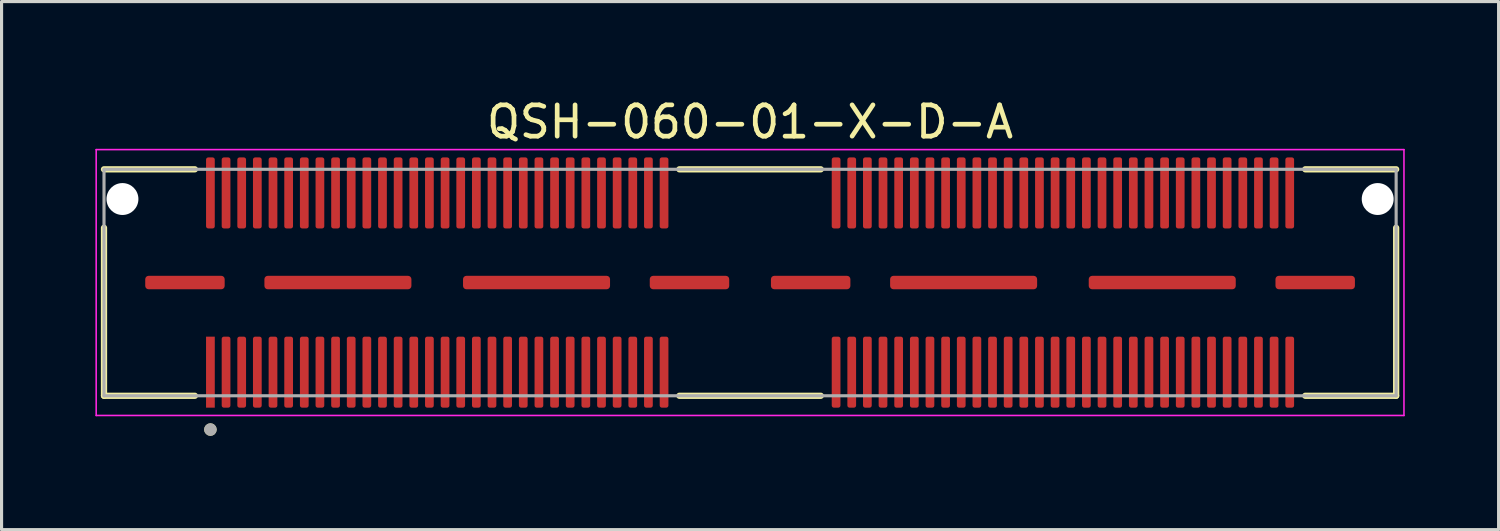
<source format=kicad_pcb>
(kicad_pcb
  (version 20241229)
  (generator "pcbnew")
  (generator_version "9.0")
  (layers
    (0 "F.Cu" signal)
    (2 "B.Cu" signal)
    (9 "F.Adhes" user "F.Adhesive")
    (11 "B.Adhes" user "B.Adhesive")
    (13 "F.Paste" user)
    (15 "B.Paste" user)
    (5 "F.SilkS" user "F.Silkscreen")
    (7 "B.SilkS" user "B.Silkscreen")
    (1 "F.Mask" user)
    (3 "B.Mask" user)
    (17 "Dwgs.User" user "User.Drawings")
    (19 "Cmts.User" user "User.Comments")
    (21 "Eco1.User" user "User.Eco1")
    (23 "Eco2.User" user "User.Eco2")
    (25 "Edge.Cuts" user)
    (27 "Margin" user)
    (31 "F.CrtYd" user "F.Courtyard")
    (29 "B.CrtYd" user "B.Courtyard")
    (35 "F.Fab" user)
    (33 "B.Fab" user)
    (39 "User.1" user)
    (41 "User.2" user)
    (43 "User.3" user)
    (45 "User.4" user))
  (footprint "QSH-060-01-X-D-A"
    (layer "F.Cu")
    (at 20.93 5.983)
    (property "Reference" "QSH-060-01-X-D-A" (at 0 -5.135 0) (layer "F.SilkS") (effects (font (size 1 1) (thickness 0.15))))
    (attr smd)
    (fp_line (start -20.655 -3.62) (end -17.75 -3.62) (stroke (width 0.2) (type solid)) (layer "F.SilkS"))
    (fp_line (start -20.655 3.62) (end -20.655 -1.75) (stroke (width 0.2) (type solid)) (layer "F.SilkS"))
    (fp_line (start -17.75 3.62) (end -20.655 3.62) (stroke (width 0.2) (type solid)) (layer "F.SilkS"))
    (fp_line (start -2.26 -3.62) (end 2.26 -3.62) (stroke (width 0.2) (type solid)) (layer "F.SilkS"))
    (fp_line (start -2.26 3.62) (end 2.26 3.62) (stroke (width 0.2) (type solid)) (layer "F.SilkS"))
    (fp_line (start 17.75 -3.62) (end 20.655 -3.62) (stroke (width 0.2) (type solid)) (layer "F.SilkS"))
    (fp_line (start 20.655 -1.75) (end 20.655 3.62) (stroke (width 0.2) (type solid)) (layer "F.SilkS"))
    (fp_line (start 20.655 3.62) (end 17.75 3.62) (stroke (width 0.2) (type solid)) (layer "F.SilkS"))
    (fp_circle (center -17.253 4.7) (end -17.153 4.7) (stroke (width 0.2) (type solid)) (fill no) (layer "F.SilkS"))
    (fp_line (start -20.905 -4.25) (end -20.905 4.25) (stroke (width 0.05) (type solid)) (layer "F.CrtYd"))
    (fp_line (start -20.905 4.25) (end 20.905 4.25) (stroke (width 0.05) (type solid)) (layer "F.CrtYd"))
    (fp_line (start 20.905 -4.25) (end -20.905 -4.25) (stroke (width 0.05) (type solid)) (layer "F.CrtYd"))
    (fp_line (start 20.905 4.25) (end 20.905 -4.25) (stroke (width 0.05) (type solid)) (layer "F.CrtYd"))
    (fp_line (start -20.655 -3.62) (end 20.655 -3.62) (stroke (width 0.1) (type solid)) (layer "F.Fab"))
    (fp_line (start -20.655 3.62) (end -20.655 -3.62) (stroke (width 0.1) (type solid)) (layer "F.Fab"))
    (fp_line (start 20.655 -3.62) (end 20.655 3.62) (stroke (width 0.1) (type solid)) (layer "F.Fab"))
    (fp_line (start 20.655 3.62) (end -20.655 3.62) (stroke (width 0.1) (type solid)) (layer "F.Fab"))
    (fp_circle (center -17.253 4.7) (end -17.153 4.7) (stroke (width 0.2) (type solid)) (fill no) (layer "F.Fab"))
    (pad "" np_thru_hole circle (at -20.065 -2.67) (size 1.02 1.02) (drill 1.02) (layers "*.Cu" "*.Mask"))
    (pad "" np_thru_hole circle (at 20.065 -2.67) (size 1.02 1.02) (drill 1.02) (layers "*.Cu" "*.Mask"))
    (pad "01" smd rect (at -17.253 2.865) (size 0.279 2.27) (layers "F.Cu" "F.Mask" "F.Paste"))
    (pad "02" smd roundrect (at -17.253 -2.865) (size 0.279 2.27) (layers "F.Cu" "F.Mask" "F.Paste") (roundrect_rratio 0.25))
    (pad "03" smd roundrect (at -16.753 2.865) (size 0.279 2.27) (layers "F.Cu" "F.Mask" "F.Paste") (roundrect_rratio 0.25))
    (pad "04" smd roundrect (at -16.753 -2.865) (size 0.279 2.27) (layers "F.Cu" "F.Mask" "F.Paste") (roundrect_rratio 0.25))
    (pad "05" smd roundrect (at -16.253 2.865) (size 0.279 2.27) (layers "F.Cu" "F.Mask" "F.Paste") (roundrect_rratio 0.25))
    (pad "06" smd roundrect (at -16.253 -2.865) (size 0.279 2.27) (layers "F.Cu" "F.Mask" "F.Paste") (roundrect_rratio 0.25))
    (pad "07" smd roundrect (at -15.753 2.865) (size 0.279 2.27) (layers "F.Cu" "F.Mask" "F.Paste") (roundrect_rratio 0.25))
    (pad "08" smd roundrect (at -15.753 -2.865) (size 0.279 2.27) (layers "F.Cu" "F.Mask" "F.Paste") (roundrect_rratio 0.25))
    (pad "09" smd roundrect (at -15.252 2.865) (size 0.279 2.27) (layers "F.Cu" "F.Mask" "F.Paste") (roundrect_rratio 0.25))
    (pad "10" smd roundrect (at -15.252 -2.865) (size 0.279 2.27) (layers "F.Cu" "F.Mask" "F.Paste") (roundrect_rratio 0.25))
    (pad "11" smd roundrect (at -14.752 2.865) (size 0.279 2.27) (layers "F.Cu" "F.Mask" "F.Paste") (roundrect_rratio 0.25))
    (pad "12" smd roundrect (at -14.752 -2.865) (size 0.279 2.27) (layers "F.Cu" "F.Mask" "F.Paste") (roundrect_rratio 0.25))
    (pad "13" smd roundrect (at -14.252 2.865) (size 0.279 2.27) (layers "F.Cu" "F.Mask" "F.Paste") (roundrect_rratio 0.25))
    (pad "14" smd roundrect (at -14.252 -2.865) (size 0.279 2.27) (layers "F.Cu" "F.Mask" "F.Paste") (roundrect_rratio 0.25))
    (pad "15" smd roundrect (at -13.752 2.865) (size 0.279 2.27) (layers "F.Cu" "F.Mask" "F.Paste") (roundrect_rratio 0.25))
    (pad "16" smd roundrect (at -13.752 -2.865) (size 0.279 2.27) (layers "F.Cu" "F.Mask" "F.Paste") (roundrect_rratio 0.25))
    (pad "17" smd roundrect (at -13.252 2.865) (size 0.279 2.27) (layers "F.Cu" "F.Mask" "F.Paste") (roundrect_rratio 0.25))
    (pad "18" smd roundrect (at -13.252 -2.865) (size 0.279 2.27) (layers "F.Cu" "F.Mask" "F.Paste") (roundrect_rratio 0.25))
    (pad "19" smd roundrect (at -12.752 2.865) (size 0.279 2.27) (layers "F.Cu" "F.Mask" "F.Paste") (roundrect_rratio 0.25))
    (pad "20" smd roundrect (at -12.752 -2.865) (size 0.279 2.27) (layers "F.Cu" "F.Mask" "F.Paste") (roundrect_rratio 0.25))
    (pad "21" smd roundrect (at -12.252 2.865) (size 0.279 2.27) (layers "F.Cu" "F.Mask" "F.Paste") (roundrect_rratio 0.25))
    (pad "22" smd roundrect (at -12.252 -2.865) (size 0.279 2.27) (layers "F.Cu" "F.Mask" "F.Paste") (roundrect_rratio 0.25))
    (pad "23" smd roundrect (at -11.752 2.865) (size 0.279 2.27) (layers "F.Cu" "F.Mask" "F.Paste") (roundrect_rratio 0.25))
    (pad "24" smd roundrect (at -11.752 -2.865) (size 0.279 2.27) (layers "F.Cu" "F.Mask" "F.Paste") (roundrect_rratio 0.25))
    (pad "25" smd roundrect (at -11.252 2.865) (size 0.279 2.27) (layers "F.Cu" "F.Mask" "F.Paste") (roundrect_rratio 0.25))
    (pad "26" smd roundrect (at -11.252 -2.865) (size 0.279 2.27) (layers "F.Cu" "F.Mask" "F.Paste") (roundrect_rratio 0.25))
    (pad "27" smd roundrect (at -10.752 2.865) (size 0.279 2.27) (layers "F.Cu" "F.Mask" "F.Paste") (roundrect_rratio 0.25))
    (pad "28" smd roundrect (at -10.752 -2.865) (size 0.279 2.27) (layers "F.Cu" "F.Mask" "F.Paste") (roundrect_rratio 0.25))
    (pad "29" smd roundrect (at -10.252 2.865) (size 0.279 2.27) (layers "F.Cu" "F.Mask" "F.Paste") (roundrect_rratio 0.25))
    (pad "30" smd roundrect (at -10.252 -2.865) (size 0.279 2.27) (layers "F.Cu" "F.Mask" "F.Paste") (roundrect_rratio 0.25))
    (pad "31" smd roundrect (at -9.751 2.865) (size 0.279 2.27) (layers "F.Cu" "F.Mask" "F.Paste") (roundrect_rratio 0.25))
    (pad "32" smd roundrect (at -9.751 -2.865) (size 0.279 2.27) (layers "F.Cu" "F.Mask" "F.Paste") (roundrect_rratio 0.25))
    (pad "33" smd roundrect (at -9.251 2.865) (size 0.279 2.27) (layers "F.Cu" "F.Mask" "F.Paste") (roundrect_rratio 0.25))
    (pad "34" smd roundrect (at -9.251 -2.865) (size 0.279 2.27) (layers "F.Cu" "F.Mask" "F.Paste") (roundrect_rratio 0.25))
    (pad "35" smd roundrect (at -8.751 2.865) (size 0.279 2.27) (layers "F.Cu" "F.Mask" "F.Paste") (roundrect_rratio 0.25))
    (pad "36" smd roundrect (at -8.751 -2.865) (size 0.279 2.27) (layers "F.Cu" "F.Mask" "F.Paste") (roundrect_rratio 0.25))
    (pad "37" smd roundrect (at -8.251 2.865) (size 0.279 2.27) (layers "F.Cu" "F.Mask" "F.Paste") (roundrect_rratio 0.25))
    (pad "38" smd roundrect (at -8.251 -2.865) (size 0.279 2.27) (layers "F.Cu" "F.Mask" "F.Paste") (roundrect_rratio 0.25))
    (pad "39" smd roundrect (at -7.751 2.865) (size 0.279 2.27) (layers "F.Cu" "F.Mask" "F.Paste") (roundrect_rratio 0.25))
    (pad "40" smd roundrect (at -7.751 -2.865) (size 0.279 2.27) (layers "F.Cu" "F.Mask" "F.Paste") (roundrect_rratio 0.25))
    (pad "41" smd roundrect (at -7.251 2.865) (size 0.279 2.27) (layers "F.Cu" "F.Mask" "F.Paste") (roundrect_rratio 0.25))
    (pad "42" smd roundrect (at -7.251 -2.865) (size 0.279 2.27) (layers "F.Cu" "F.Mask" "F.Paste") (roundrect_rratio 0.25))
    (pad "43" smd roundrect (at -6.751 2.865) (size 0.279 2.27) (layers "F.Cu" "F.Mask" "F.Paste") (roundrect_rratio 0.25))
    (pad "44" smd roundrect (at -6.751 -2.865) (size 0.279 2.27) (layers "F.Cu" "F.Mask" "F.Paste") (roundrect_rratio 0.25))
    (pad "45" smd roundrect (at -6.251 2.865) (size 0.279 2.27) (layers "F.Cu" "F.Mask" "F.Paste") (roundrect_rratio 0.25))
    (pad "46" smd roundrect (at -6.251 -2.865) (size 0.279 2.27) (layers "F.Cu" "F.Mask" "F.Paste") (roundrect_rratio 0.25))
    (pad "47" smd roundrect (at -5.751 2.865) (size 0.279 2.27) (layers "F.Cu" "F.Mask" "F.Paste") (roundrect_rratio 0.25))
    (pad "48" smd roundrect (at -5.751 -2.865) (size 0.279 2.27) (layers "F.Cu" "F.Mask" "F.Paste") (roundrect_rratio 0.25))
    (pad "49" smd roundrect (at -5.251 2.865) (size 0.279 2.27) (layers "F.Cu" "F.Mask" "F.Paste") (roundrect_rratio 0.25))
    (pad "50" smd roundrect (at -5.251 -2.865) (size 0.279 2.27) (layers "F.Cu" "F.Mask" "F.Paste") (roundrect_rratio 0.25))
    (pad "51" smd roundrect (at -4.75 2.865) (size 0.279 2.27) (layers "F.Cu" "F.Mask" "F.Paste") (roundrect_rratio 0.25))
    (pad "52" smd roundrect (at -4.75 -2.865) (size 0.279 2.27) (layers "F.Cu" "F.Mask" "F.Paste") (roundrect_rratio 0.25))
    (pad "53" smd roundrect (at -4.25 2.865) (size 0.279 2.27) (layers "F.Cu" "F.Mask" "F.Paste") (roundrect_rratio 0.25))
    (pad "54" smd roundrect (at -4.25 -2.865) (size 0.279 2.27) (layers "F.Cu" "F.Mask" "F.Paste") (roundrect_rratio 0.25))
    (pad "55" smd roundrect (at -3.75 2.865) (size 0.279 2.27) (layers "F.Cu" "F.Mask" "F.Paste") (roundrect_rratio 0.25))
    (pad "56" smd roundrect (at -3.75 -2.865) (size 0.279 2.27) (layers "F.Cu" "F.Mask" "F.Paste") (roundrect_rratio 0.25))
    (pad "57" smd roundrect (at -3.25 2.865) (size 0.279 2.27) (layers "F.Cu" "F.Mask" "F.Paste") (roundrect_rratio 0.25))
    (pad "58" smd roundrect (at -3.25 -2.865) (size 0.279 2.27) (layers "F.Cu" "F.Mask" "F.Paste") (roundrect_rratio 0.25))
    (pad "59" smd roundrect (at -2.75 2.865) (size 0.279 2.27) (layers "F.Cu" "F.Mask" "F.Paste") (roundrect_rratio 0.25))
    (pad "60" smd roundrect (at -2.75 -2.865) (size 0.279 2.27) (layers "F.Cu" "F.Mask" "F.Paste") (roundrect_rratio 0.25))
    (pad "61" smd roundrect (at 2.75 2.865) (size 0.279 2.27) (layers "F.Cu" "F.Mask" "F.Paste") (roundrect_rratio 0.25))
    (pad "62" smd roundrect (at 2.75 -2.865) (size 0.279 2.27) (layers "F.Cu" "F.Mask" "F.Paste") (roundrect_rratio 0.25))
    (pad "63" smd roundrect (at 3.25 2.865) (size 0.279 2.27) (layers "F.Cu" "F.Mask" "F.Paste") (roundrect_rratio 0.25))
    (pad "64" smd roundrect (at 3.25 -2.865) (size 0.279 2.27) (layers "F.Cu" "F.Mask" "F.Paste") (roundrect_rratio 0.25))
    (pad "65" smd roundrect (at 3.75 2.865) (size 0.279 2.27) (layers "F.Cu" "F.Mask" "F.Paste") (roundrect_rratio 0.25))
    (pad "66" smd roundrect (at 3.75 -2.865) (size 0.279 2.27) (layers "F.Cu" "F.Mask" "F.Paste") (roundrect_rratio 0.25))
    (pad "67" smd roundrect (at 4.25 2.865) (size 0.279 2.27) (layers "F.Cu" "F.Mask" "F.Paste") (roundrect_rratio 0.25))
    (pad "68" smd roundrect (at 4.25 -2.865) (size 0.279 2.27) (layers "F.Cu" "F.Mask" "F.Paste") (roundrect_rratio 0.25))
    (pad "69" smd roundrect (at 4.75 2.865) (size 0.279 2.27) (layers "F.Cu" "F.Mask" "F.Paste") (roundrect_rratio 0.25))
    (pad "70" smd roundrect (at 4.75 -2.865) (size 0.279 2.27) (layers "F.Cu" "F.Mask" "F.Paste") (roundrect_rratio 0.25))
    (pad "71" smd roundrect (at 5.251 2.865) (size 0.279 2.27) (layers "F.Cu" "F.Mask" "F.Paste") (roundrect_rratio 0.25))
    (pad "72" smd roundrect (at 5.251 -2.865) (size 0.279 2.27) (layers "F.Cu" "F.Mask" "F.Paste") (roundrect_rratio 0.25))
    (pad "73" smd roundrect (at 5.751 2.865) (size 0.279 2.27) (layers "F.Cu" "F.Mask" "F.Paste") (roundrect_rratio 0.25))
    (pad "74" smd roundrect (at 5.751 -2.865) (size 0.279 2.27) (layers "F.Cu" "F.Mask" "F.Paste") (roundrect_rratio 0.25))
    (pad "75" smd roundrect (at 6.251 2.865) (size 0.279 2.27) (layers "F.Cu" "F.Mask" "F.Paste") (roundrect_rratio 0.25))
    (pad "76" smd roundrect (at 6.251 -2.865) (size 0.279 2.27) (layers "F.Cu" "F.Mask" "F.Paste") (roundrect_rratio 0.25))
    (pad "77" smd roundrect (at 6.751 2.865) (size 0.279 2.27) (layers "F.Cu" "F.Mask" "F.Paste") (roundrect_rratio 0.25))
    (pad "78" smd roundrect (at 6.751 -2.865) (size 0.279 2.27) (layers "F.Cu" "F.Mask" "F.Paste") (roundrect_rratio 0.25))
    (pad "79" smd roundrect (at 7.251 2.865) (size 0.279 2.27) (layers "F.Cu" "F.Mask" "F.Paste") (roundrect_rratio 0.25))
    (pad "80" smd roundrect (at 7.251 -2.865) (size 0.279 2.27) (layers "F.Cu" "F.Mask" "F.Paste") (roundrect_rratio 0.25))
    (pad "81" smd roundrect (at 7.751 2.865) (size 0.279 2.27) (layers "F.Cu" "F.Mask" "F.Paste") (roundrect_rratio 0.25))
    (pad "82" smd roundrect (at 7.751 -2.865) (size 0.279 2.27) (layers "F.Cu" "F.Mask" "F.Paste") (roundrect_rratio 0.25))
    (pad "83" smd roundrect (at 8.251 2.865) (size 0.279 2.27) (layers "F.Cu" "F.Mask" "F.Paste") (roundrect_rratio 0.25))
    (pad "84" smd roundrect (at 8.251 -2.865) (size 0.279 2.27) (layers "F.Cu" "F.Mask" "F.Paste") (roundrect_rratio 0.25))
    (pad "85" smd roundrect (at 8.751 2.865) (size 0.279 2.27) (layers "F.Cu" "F.Mask" "F.Paste") (roundrect_rratio 0.25))
    (pad "86" smd roundrect (at 8.751 -2.865) (size 0.279 2.27) (layers "F.Cu" "F.Mask" "F.Paste") (roundrect_rratio 0.25))
    (pad "87" smd roundrect (at 9.251 2.865) (size 0.279 2.27) (layers "F.Cu" "F.Mask" "F.Paste") (roundrect_rratio 0.25))
    (pad "88" smd roundrect (at 9.251 -2.865) (size 0.279 2.27) (layers "F.Cu" "F.Mask" "F.Paste") (roundrect_rratio 0.25))
    (pad "89" smd roundrect (at 9.751 2.865) (size 0.279 2.27) (layers "F.Cu" "F.Mask" "F.Paste") (roundrect_rratio 0.25))
    (pad "90" smd roundrect (at 9.751 -2.865) (size 0.279 2.27) (layers "F.Cu" "F.Mask" "F.Paste") (roundrect_rratio 0.25))
    (pad "91" smd roundrect (at 10.252 2.865) (size 0.279 2.27) (layers "F.Cu" "F.Mask" "F.Paste") (roundrect_rratio 0.25))
    (pad "92" smd roundrect (at 10.252 -2.865) (size 0.279 2.27) (layers "F.Cu" "F.Mask" "F.Paste") (roundrect_rratio 0.25))
    (pad "93" smd roundrect (at 10.752 2.865) (size 0.279 2.27) (layers "F.Cu" "F.Mask" "F.Paste") (roundrect_rratio 0.25))
    (pad "94" smd roundrect (at 10.752 -2.865) (size 0.279 2.27) (layers "F.Cu" "F.Mask" "F.Paste") (roundrect_rratio 0.25))
    (pad "95" smd roundrect (at 11.252 2.865) (size 0.279 2.27) (layers "F.Cu" "F.Mask" "F.Paste") (roundrect_rratio 0.25))
    (pad "96" smd roundrect (at 11.252 -2.865) (size 0.279 2.27) (layers "F.Cu" "F.Mask" "F.Paste") (roundrect_rratio 0.25))
    (pad "97" smd roundrect (at 11.752 2.865) (size 0.279 2.27) (layers "F.Cu" "F.Mask" "F.Paste") (roundrect_rratio 0.25))
    (pad "98" smd roundrect (at 11.752 -2.865) (size 0.279 2.27) (layers "F.Cu" "F.Mask" "F.Paste") (roundrect_rratio 0.25))
    (pad "99" smd roundrect (at 12.252 2.865) (size 0.279 2.27) (layers "F.Cu" "F.Mask" "F.Paste") (roundrect_rratio 0.25))
    (pad "100" smd roundrect (at 12.252 -2.865) (size 0.279 2.27) (layers "F.Cu" "F.Mask" "F.Paste") (roundrect_rratio 0.25))
    (pad "101" smd roundrect (at 12.752 2.865) (size 0.279 2.27) (layers "F.Cu" "F.Mask" "F.Paste") (roundrect_rratio 0.25))
    (pad "102" smd roundrect (at 12.752 -2.865) (size 0.279 2.27) (layers "F.Cu" "F.Mask" "F.Paste") (roundrect_rratio 0.25))
    (pad "103" smd roundrect (at 13.252 2.865) (size 0.279 2.27) (layers "F.Cu" "F.Mask" "F.Paste") (roundrect_rratio 0.25))
    (pad "104" smd roundrect (at 13.252 -2.865) (size 0.279 2.27) (layers "F.Cu" "F.Mask" "F.Paste") (roundrect_rratio 0.25))
    (pad "105" smd roundrect (at 13.752 2.865) (size 0.279 2.27) (layers "F.Cu" "F.Mask" "F.Paste") (roundrect_rratio 0.25))
    (pad "106" smd roundrect (at 13.752 -2.865) (size 0.279 2.27) (layers "F.Cu" "F.Mask" "F.Paste") (roundrect_rratio 0.25))
    (pad "107" smd roundrect (at 14.252 2.865) (size 0.279 2.27) (layers "F.Cu" "F.Mask" "F.Paste") (roundrect_rratio 0.25))
    (pad "108" smd roundrect (at 14.252 -2.865) (size 0.279 2.27) (layers "F.Cu" "F.Mask" "F.Paste") (roundrect_rratio 0.25))
    (pad "109" smd roundrect (at 14.752 2.865) (size 0.279 2.27) (layers "F.Cu" "F.Mask" "F.Paste") (roundrect_rratio 0.25))
    (pad "110" smd roundrect (at 14.752 -2.865) (size 0.279 2.27) (layers "F.Cu" "F.Mask" "F.Paste") (roundrect_rratio 0.25))
    (pad "111" smd roundrect (at 15.252 2.865) (size 0.279 2.27) (layers "F.Cu" "F.Mask" "F.Paste") (roundrect_rratio 0.25))
    (pad "112" smd roundrect (at 15.252 -2.865) (size 0.279 2.27) (layers "F.Cu" "F.Mask" "F.Paste") (roundrect_rratio 0.25))
    (pad "113" smd roundrect (at 15.753 2.865) (size 0.279 2.27) (layers "F.Cu" "F.Mask" "F.Paste") (roundrect_rratio 0.25))
    (pad "114" smd roundrect (at 15.753 -2.865) (size 0.279 2.27) (layers "F.Cu" "F.Mask" "F.Paste") (roundrect_rratio 0.25))
    (pad "115" smd roundrect (at 16.253 2.865) (size 0.279 2.27) (layers "F.Cu" "F.Mask" "F.Paste") (roundrect_rratio 0.25))
    (pad "116" smd roundrect (at 16.253 -2.865) (size 0.279 2.27) (layers "F.Cu" "F.Mask" "F.Paste") (roundrect_rratio 0.25))
    (pad "117" smd roundrect (at 16.753 2.865) (size 0.279 2.27) (layers "F.Cu" "F.Mask" "F.Paste") (roundrect_rratio 0.25))
    (pad "118" smd roundrect (at 16.753 -2.865) (size 0.279 2.27) (layers "F.Cu" "F.Mask" "F.Paste") (roundrect_rratio 0.25))
    (pad "119" smd roundrect (at 17.253 2.865) (size 0.279 2.27) (layers "F.Cu" "F.Mask" "F.Paste") (roundrect_rratio 0.25))
    (pad "120" smd roundrect (at 17.253 -2.865) (size 0.279 2.27) (layers "F.Cu" "F.Mask" "F.Paste") (roundrect_rratio 0.25))
    (pad "121" smd roundrect (at -18.067 0) (size 2.54 0.43) (layers "F.Cu" "F.Mask" "F.Paste") (roundrect_rratio 0.25))
    (pad "122" smd roundrect (at -13.177 0) (size 4.7 0.43) (layers "F.Cu" "F.Mask" "F.Paste") (roundrect_rratio 0.25))
    (pad "123" smd roundrect (at -6.827 0) (size 4.7 0.43) (layers "F.Cu" "F.Mask" "F.Paste") (roundrect_rratio 0.25))
    (pad "124" smd roundrect (at -1.937 0) (size 2.54 0.43) (layers "F.Cu" "F.Mask" "F.Paste") (roundrect_rratio 0.25))
    (pad "125" smd roundrect (at 1.937 0) (size 2.54 0.43) (layers "F.Cu" "F.Mask" "F.Paste") (roundrect_rratio 0.25))
    (pad "126" smd roundrect (at 6.827 0) (size 4.7 0.43) (layers "F.Cu" "F.Mask" "F.Paste") (roundrect_rratio 0.25))
    (pad "127" smd roundrect (at 13.177 0) (size 4.7 0.43) (layers "F.Cu" "F.Mask" "F.Paste") (roundrect_rratio 0.25))
    (pad "128" smd roundrect (at 18.067 0) (size 2.54 0.43) (layers "F.Cu" "F.Mask" "F.Paste") (roundrect_rratio 0.25)))
  (gr_rect
    (start -3 -3)
    (end 44.86 13.883)
    (stroke (width 0.1) (type default))
    (fill no)
    (layer "Edge.Cuts")))
</source>
